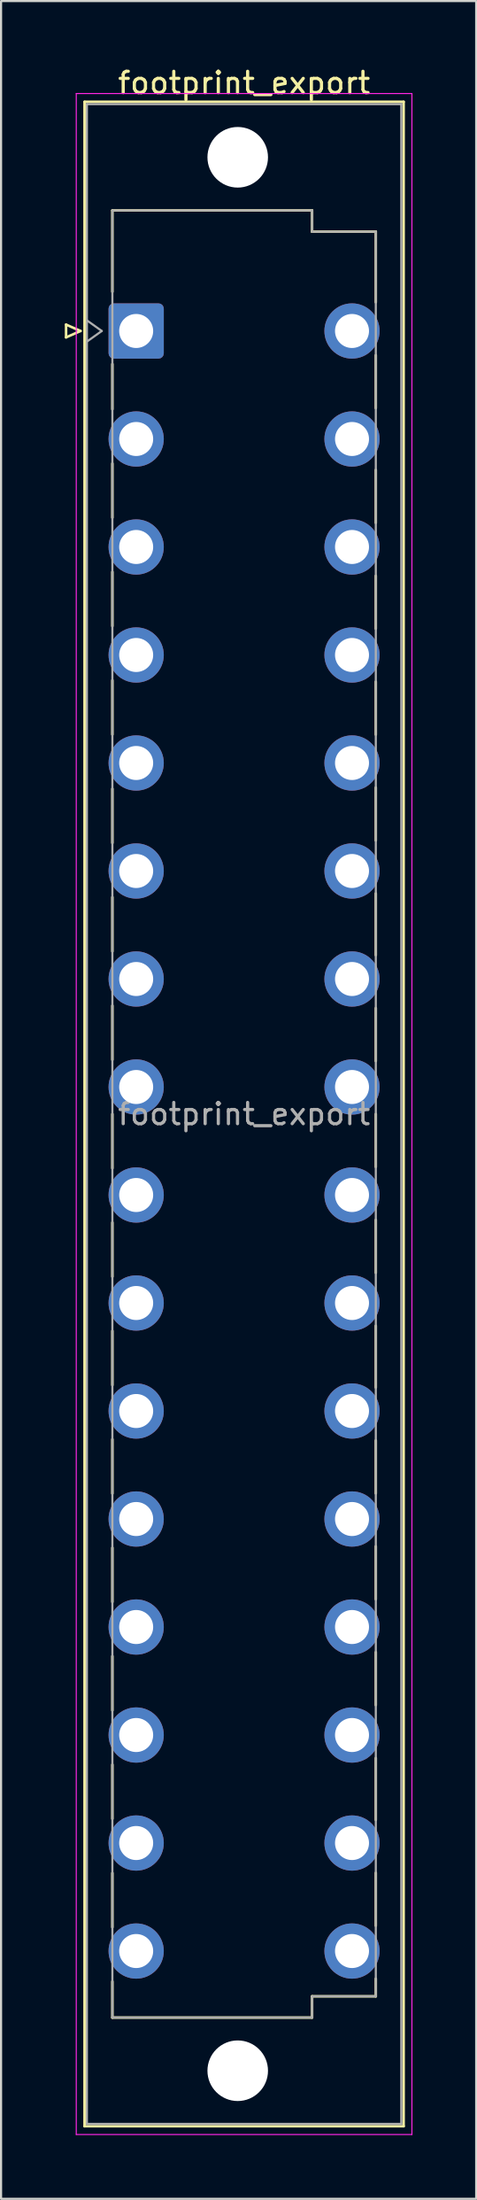
<source format=kicad_pcb>
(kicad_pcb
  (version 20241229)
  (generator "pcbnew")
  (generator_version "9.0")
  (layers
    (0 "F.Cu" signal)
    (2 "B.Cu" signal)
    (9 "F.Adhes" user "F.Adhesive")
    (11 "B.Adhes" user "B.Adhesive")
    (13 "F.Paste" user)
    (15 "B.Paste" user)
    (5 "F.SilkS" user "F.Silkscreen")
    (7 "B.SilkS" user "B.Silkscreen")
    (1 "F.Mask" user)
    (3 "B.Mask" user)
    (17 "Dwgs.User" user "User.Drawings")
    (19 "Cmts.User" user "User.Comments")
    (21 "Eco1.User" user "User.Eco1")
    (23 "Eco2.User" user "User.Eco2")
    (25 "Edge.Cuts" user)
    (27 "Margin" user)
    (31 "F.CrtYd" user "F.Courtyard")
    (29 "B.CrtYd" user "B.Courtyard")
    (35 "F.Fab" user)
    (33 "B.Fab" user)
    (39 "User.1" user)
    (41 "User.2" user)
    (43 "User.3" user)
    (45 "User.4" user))
  (footprint "footprint_export"
    (layer "F.Cu")
    (at 5.9 9.978)
    (property "Reference" "footprint_export" (at 2.54 -9.13 0) (layer "F.SilkS") (effects (font (size 1 1) (thickness 0.15))))
    (attr through_hole)
    (fp_line (start -5.84 2.24) (end -5.84 2.84) (stroke (width 0.12) (type solid)) (layer "F.SilkS"))
    (fp_line (start -5.84 2.84) (end -5.16 2.54) (stroke (width 0.12) (type solid)) (layer "F.SilkS"))
    (fp_line (start -5.16 2.54) (end -5.84 2.24) (stroke (width 0.12) (type solid)) (layer "F.SilkS"))
    (fp_line (start -4.97 -8.24) (end 10.05 -8.24) (stroke (width 0.12) (type solid)) (layer "F.SilkS"))
    (fp_line (start -4.97 86.98) (end -4.97 -8.24) (stroke (width 0.12) (type solid)) (layer "F.SilkS"))
    (fp_line (start -3.66 -3.131) (end 5.74 -3.131) (stroke (width 0.12) (type solid)) (layer "F.SilkS"))
    (fp_line (start -3.66 0.696) (end -3.66 -3.131) (stroke (width 0.12) (type solid)) (layer "F.SilkS"))
    (fp_line (start -3.66 6.221) (end -3.66 4.096) (stroke (width 0.12) (type solid)) (layer "F.SilkS"))
    (fp_line (start -3.66 11.321) (end -3.66 8.771) (stroke (width 0.12) (type solid)) (layer "F.SilkS"))
    (fp_line (start -3.66 16.421) (end -3.66 13.871) (stroke (width 0.12) (type solid)) (layer "F.SilkS"))
    (fp_line (start -3.66 21.521) (end -3.66 18.971) (stroke (width 0.12) (type solid)) (layer "F.SilkS"))
    (fp_line (start -3.66 26.621) (end -3.66 24.071) (stroke (width 0.12) (type solid)) (layer "F.SilkS"))
    (fp_line (start -3.66 31.721) (end -3.66 29.171) (stroke (width 0.12) (type solid)) (layer "F.SilkS"))
    (fp_line (start -3.66 36.821) (end -3.66 34.271) (stroke (width 0.12) (type solid)) (layer "F.SilkS"))
    (fp_line (start -3.66 41.921) (end -3.66 39.371) (stroke (width 0.12) (type solid)) (layer "F.SilkS"))
    (fp_line (start -3.66 47.021) (end -3.66 44.471) (stroke (width 0.12) (type solid)) (layer "F.SilkS"))
    (fp_line (start -3.66 52.121) (end -3.66 49.571) (stroke (width 0.12) (type solid)) (layer "F.SilkS"))
    (fp_line (start -3.66 57.221) (end -3.66 54.671) (stroke (width 0.12) (type solid)) (layer "F.SilkS"))
    (fp_line (start -3.66 62.321) (end -3.66 59.771) (stroke (width 0.12) (type solid)) (layer "F.SilkS"))
    (fp_line (start -3.66 67.421) (end -3.66 64.871) (stroke (width 0.12) (type solid)) (layer "F.SilkS"))
    (fp_line (start -3.66 72.521) (end -3.66 69.971) (stroke (width 0.12) (type solid)) (layer "F.SilkS"))
    (fp_line (start -3.66 77.621) (end -3.66 75.071) (stroke (width 0.12) (type solid)) (layer "F.SilkS"))
    (fp_line (start -3.66 81.87) (end -3.66 80.171) (stroke (width 0.12) (type solid)) (layer "F.SilkS"))
    (fp_line (start 5.74 -3.131) (end 5.74 -2.131) (stroke (width 0.12) (type solid)) (layer "F.SilkS"))
    (fp_line (start 5.74 -2.131) (end 8.74 -2.131) (stroke (width 0.12) (type solid)) (layer "F.SilkS"))
    (fp_line (start 5.74 80.87) (end 5.74 81.87) (stroke (width 0.12) (type solid)) (layer "F.SilkS"))
    (fp_line (start 5.74 81.87) (end -3.66 81.87) (stroke (width 0.12) (type solid)) (layer "F.SilkS"))
    (fp_line (start 8.74 -2.131) (end 8.74 1.19) (stroke (width 0.12) (type solid)) (layer "F.SilkS"))
    (fp_line (start 8.74 3.68) (end 8.74 6.17) (stroke (width 0.12) (type solid)) (layer "F.SilkS"))
    (fp_line (start 8.74 9.075) (end 8.74 11.565) (stroke (width 0.12) (type solid)) (layer "F.SilkS"))
    (fp_line (start 8.74 14.055) (end 8.74 16.545) (stroke (width 0.12) (type solid)) (layer "F.SilkS"))
    (fp_line (start 8.74 19.035) (end 8.74 21.525) (stroke (width 0.12) (type solid)) (layer "F.SilkS"))
    (fp_line (start 8.74 24.015) (end 8.74 26.505) (stroke (width 0.12) (type solid)) (layer "F.SilkS"))
    (fp_line (start 8.74 28.995) (end 8.74 31.9) (stroke (width 0.12) (type solid)) (layer "F.SilkS"))
    (fp_line (start 8.74 34.39) (end 8.74 36.88) (stroke (width 0.12) (type solid)) (layer "F.SilkS"))
    (fp_line (start 8.74 39.37) (end 8.74 41.86) (stroke (width 0.12) (type solid)) (layer "F.SilkS"))
    (fp_line (start 8.74 44.35) (end 8.74 46.84) (stroke (width 0.12) (type solid)) (layer "F.SilkS"))
    (fp_line (start 8.74 49.33) (end 8.74 52.235) (stroke (width 0.12) (type solid)) (layer "F.SilkS"))
    (fp_line (start 8.74 54.725) (end 8.74 57.215) (stroke (width 0.12) (type solid)) (layer "F.SilkS"))
    (fp_line (start 8.74 59.705) (end 8.74 62.195) (stroke (width 0.12) (type solid)) (layer "F.SilkS"))
    (fp_line (start 8.74 64.685) (end 8.74 67.175) (stroke (width 0.12) (type solid)) (layer "F.SilkS"))
    (fp_line (start 8.74 69.665) (end 8.74 72.57) (stroke (width 0.12) (type solid)) (layer "F.SilkS"))
    (fp_line (start 8.74 75.061) (end 8.74 77.551) (stroke (width 0.12) (type solid)) (layer "F.SilkS"))
    (fp_line (start 8.74 80.041) (end 8.74 80.87) (stroke (width 0.12) (type solid)) (layer "F.SilkS"))
    (fp_line (start 8.74 80.87) (end 5.74 80.87) (stroke (width 0.12) (type solid)) (layer "F.SilkS"))
    (fp_line (start 10.05 -8.24) (end 10.05 86.98) (stroke (width 0.12) (type solid)) (layer "F.SilkS"))
    (fp_line (start 10.05 86.98) (end -4.97 86.98) (stroke (width 0.12) (type solid)) (layer "F.SilkS"))
    (fp_line (start -5.36 -8.63) (end 10.44 -8.63) (stroke (width 0.05) (type solid)) (layer "F.CrtYd"))
    (fp_line (start -5.36 87.37) (end -5.36 -8.63) (stroke (width 0.05) (type solid)) (layer "F.CrtYd"))
    (fp_line (start 10.44 -8.63) (end 10.44 87.37) (stroke (width 0.05) (type solid)) (layer "F.CrtYd"))
    (fp_line (start 10.44 87.37) (end -5.36 87.37) (stroke (width 0.05) (type solid)) (layer "F.CrtYd"))
    (fp_line (start -4.86 -8.13) (end 9.94 -8.13) (stroke (width 0.1) (type solid)) (layer "F.Fab"))
    (fp_line (start -4.86 2.04) (end -4.16 2.54) (stroke (width 0.1) (type solid)) (layer "F.Fab"))
    (fp_line (start -4.86 86.87) (end -4.86 -8.13) (stroke (width 0.1) (type solid)) (layer "F.Fab"))
    (fp_line (start -4.16 2.54) (end -4.86 3.04) (stroke (width 0.1) (type solid)) (layer "F.Fab"))
    (fp_line (start -3.66 -3.13) (end 5.74 -3.13) (stroke (width 0.1) (type solid)) (layer "F.Fab"))
    (fp_line (start -3.66 81.87) (end -3.66 -3.13) (stroke (width 0.1) (type solid)) (layer "F.Fab"))
    (fp_line (start 5.74 -3.13) (end 5.74 -2.13) (stroke (width 0.1) (type solid)) (layer "F.Fab"))
    (fp_line (start 5.74 -2.13) (end 8.74 -2.13) (stroke (width 0.1) (type solid)) (layer "F.Fab"))
    (fp_line (start 5.74 80.87) (end 5.74 81.87) (stroke (width 0.1) (type solid)) (layer "F.Fab"))
    (fp_line (start 5.74 81.87) (end -3.66 81.87) (stroke (width 0.1) (type solid)) (layer "F.Fab"))
    (fp_line (start 8.74 -2.13) (end 8.74 80.87) (stroke (width 0.1) (type solid)) (layer "F.Fab"))
    (fp_line (start 8.74 80.87) (end 5.74 80.87) (stroke (width 0.1) (type solid)) (layer "F.Fab"))
    (fp_line (start 9.94 -8.13) (end 9.94 86.87) (stroke (width 0.1) (type solid)) (layer "F.Fab"))
    (fp_line (start 9.94 86.87) (end -4.86 86.87) (stroke (width 0.1) (type solid)) (layer "F.Fab"))
    (fp_text user "${REFERENCE}" (at 2.54 39.37 0) (layer "F.Fab") (effects (font (size 1 1) (thickness 0.15))))
    (pad "" np_thru_hole circle (at 2.24 -5.63) (size 2.85 2.85) (drill 2.85) (layers "*.Cu" "*.Mask"))
    (pad "" np_thru_hole circle (at 2.24 84.37) (size 2.85 2.85) (drill 2.85) (layers "*.Cu" "*.Mask"))
    (pad "d2" thru_hole circle (at 7.62 2.54) (size 2.6 2.6) (drill 1.6) (layers "*.Cu" "*.Mask"))
    (pad "d4" thru_hole circle (at 7.62 7.62) (size 2.6 2.6) (drill 1.6) (layers "*.Cu" "*.Mask"))
    (pad "d6" thru_hole circle (at 7.62 12.7) (size 2.6 2.6) (drill 1.6) (layers "*.Cu" "*.Mask"))
    (pad "d8" thru_hole circle (at 7.62 17.78) (size 2.6 2.6) (drill 1.6) (layers "*.Cu" "*.Mask"))
    (pad "d10" thru_hole circle (at 7.62 22.86) (size 2.6 2.6) (drill 1.6) (layers "*.Cu" "*.Mask"))
    (pad "d12" thru_hole circle (at 7.62 27.94) (size 2.6 2.6) (drill 1.6) (layers "*.Cu" "*.Mask"))
    (pad "d14" thru_hole circle (at 7.62 33.02) (size 2.6 2.6) (drill 1.6) (layers "*.Cu" "*.Mask"))
    (pad "d16" thru_hole circle (at 7.62 38.1) (size 2.6 2.6) (drill 1.6) (layers "*.Cu" "*.Mask"))
    (pad "d18" thru_hole circle (at 7.62 43.18) (size 2.6 2.6) (drill 1.6) (layers "*.Cu" "*.Mask"))
    (pad "d20" thru_hole circle (at 7.62 48.26) (size 2.6 2.6) (drill 1.6) (layers "*.Cu" "*.Mask"))
    (pad "d22" thru_hole circle (at 7.62 53.34) (size 2.6 2.6) (drill 1.6) (layers "*.Cu" "*.Mask"))
    (pad "d24" thru_hole circle (at 7.62 58.42) (size 2.6 2.6) (drill 1.6) (layers "*.Cu" "*.Mask"))
    (pad "d26" thru_hole circle (at 7.62 63.5) (size 2.6 2.6) (drill 1.6) (layers "*.Cu" "*.Mask"))
    (pad "d28" thru_hole circle (at 7.62 68.58) (size 2.6 2.6) (drill 1.6) (layers "*.Cu" "*.Mask"))
    (pad "d30" thru_hole circle (at 7.62 73.66) (size 2.6 2.6) (drill 1.6) (layers "*.Cu" "*.Mask"))
    (pad "d32" thru_hole circle (at 7.62 78.74) (size 2.6 2.6) (drill 1.6) (layers "*.Cu" "*.Mask"))
    (pad "z2" thru_hole roundrect (at -2.54 2.54) (size 2.6 2.6) (drill 1.6) (layers "*.Cu" "*.Mask") (roundrect_rratio 0.096))
    (pad "z4" thru_hole circle (at -2.54 7.62) (size 2.6 2.6) (drill 1.6) (layers "*.Cu" "*.Mask"))
    (pad "z6" thru_hole circle (at -2.54 12.7) (size 2.6 2.6) (drill 1.6) (layers "*.Cu" "*.Mask"))
    (pad "z8" thru_hole circle (at -2.54 17.78) (size 2.6 2.6) (drill 1.6) (layers "*.Cu" "*.Mask"))
    (pad "z10" thru_hole circle (at -2.54 22.86) (size 2.6 2.6) (drill 1.6) (layers "*.Cu" "*.Mask"))
    (pad "z12" thru_hole circle (at -2.54 27.94) (size 2.6 2.6) (drill 1.6) (layers "*.Cu" "*.Mask"))
    (pad "z14" thru_hole circle (at -2.54 33.02) (size 2.6 2.6) (drill 1.6) (layers "*.Cu" "*.Mask"))
    (pad "z16" thru_hole circle (at -2.54 38.1) (size 2.6 2.6) (drill 1.6) (layers "*.Cu" "*.Mask"))
    (pad "z18" thru_hole circle (at -2.54 43.18) (size 2.6 2.6) (drill 1.6) (layers "*.Cu" "*.Mask"))
    (pad "z20" thru_hole circle (at -2.54 48.26) (size 2.6 2.6) (drill 1.6) (layers "*.Cu" "*.Mask"))
    (pad "z22" thru_hole circle (at -2.54 53.34) (size 2.6 2.6) (drill 1.6) (layers "*.Cu" "*.Mask"))
    (pad "z24" thru_hole circle (at -2.54 58.42) (size 2.6 2.6) (drill 1.6) (layers "*.Cu" "*.Mask"))
    (pad "z26" thru_hole circle (at -2.54 63.5) (size 2.6 2.6) (drill 1.6) (layers "*.Cu" "*.Mask"))
    (pad "z28" thru_hole circle (at -2.54 68.58) (size 2.6 2.6) (drill 1.6) (layers "*.Cu" "*.Mask"))
    (pad "z30" thru_hole circle (at -2.54 73.66) (size 2.6 2.6) (drill 1.6) (layers "*.Cu" "*.Mask"))
    (pad "z32" thru_hole circle (at -2.54 78.74) (size 2.6 2.6) (drill 1.6) (layers "*.Cu" "*.Mask")))
  (gr_rect
    (start -3 -3)
    (end 19.365 100.373)
    (stroke (width 0.1) (type default))
    (fill no)
    (layer "Edge.Cuts")))
</source>
